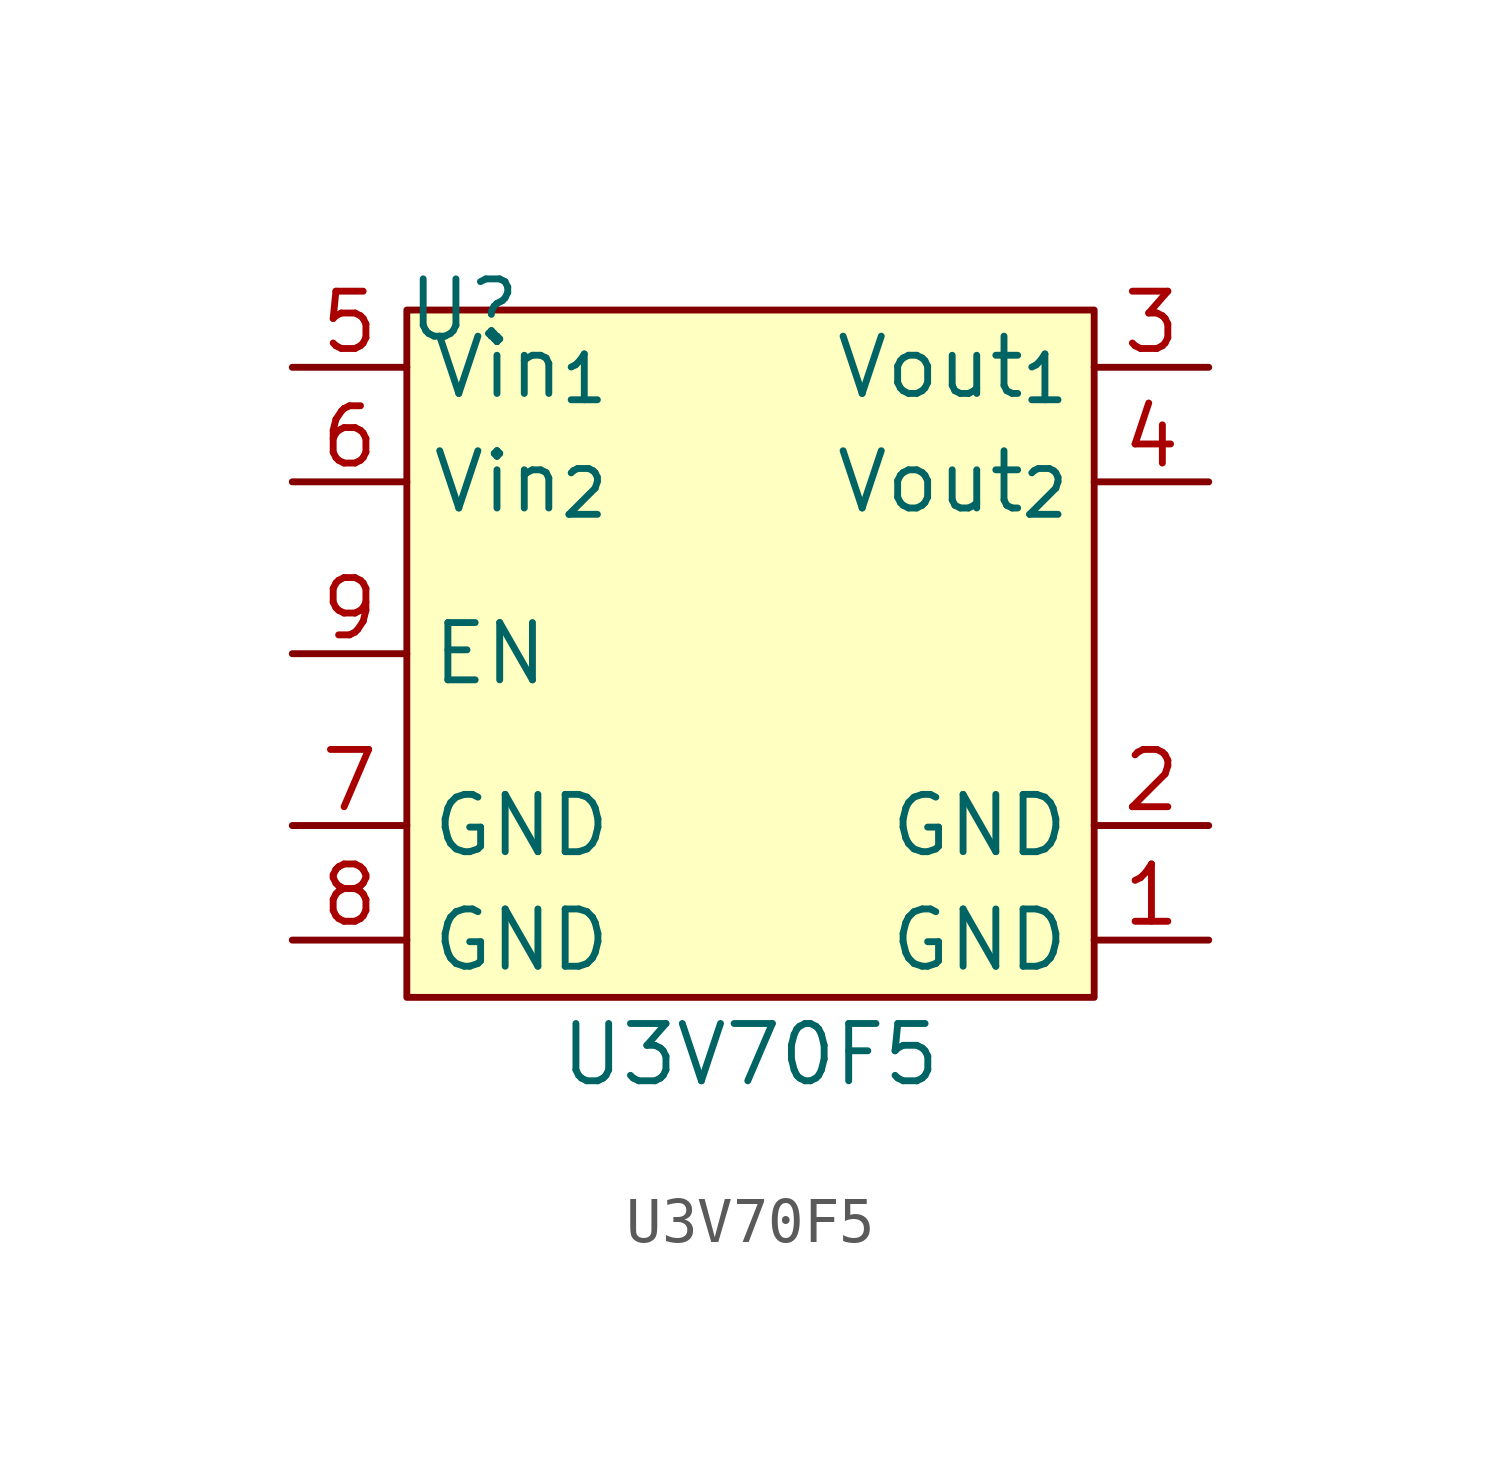
<source format=kicad_sym>
(kicad_symbol_lib
  (version 20211014)
  (generator kicad_symbol_editor)
  (symbol "U3V70F5"
    (property "Reference" "U"
      (at -6.35 7.62 0)
      (effects (font (size 1.27 1.27))))
    (property "Value" "U3V70F5"
      (at 0 -8.89 0)
      (effects (font (size 1.27 1.27))))
    (symbol "U3V70F5_0_1"
      (rectangle (start -7.62 7.62) (end 7.62 -7.62) (stroke (width 0.152) (type default) (color 0 0 0 0)) (fill (type background))))
    (symbol "U3V70F5_1_1"
      (pin input line (at 10.16 -6.35 180) (length 2.54) (name "GND" (effects (font (size 1.27 1.27)))) (number "1" (effects (font (size 1.27 1.27)))))
      (pin input line (at 10.16 -3.81 180) (length 2.54) (name "GND" (effects (font (size 1.27 1.27)))) (number "2" (effects (font (size 1.27 1.27)))))
      (pin input line (at 10.16 6.35 180) (length 2.54) (name "Vout_{1}" (effects (font (size 1.27 1.27)))) (number "3" (effects (font (size 1.27 1.27)))))
      (pin input line (at 10.16 3.81 180) (length 2.54) (name "Vout_{2}" (effects (font (size 1.27 1.27)))) (number "4" (effects (font (size 1.27 1.27)))))
      (pin input line (at -10.16 6.35 0) (length 2.54) (name "Vin_{1}" (effects (font (size 1.27 1.27)))) (number "5" (effects (font (size 1.27 1.27)))))
      (pin input line (at -10.16 3.81 0) (length 2.54) (name "Vin_{2}" (effects (font (size 1.27 1.27)))) (number "6" (effects (font (size 1.27 1.27)))))
      (pin input line (at -10.16 -3.81 0) (length 2.54) (name "GND" (effects (font (size 1.27 1.27)))) (number "7" (effects (font (size 1.27 1.27)))))
      (pin input line (at -10.16 -6.35 0) (length 2.54) (name "GND" (effects (font (size 1.27 1.27)))) (number "8" (effects (font (size 1.27 1.27)))))
      (pin input line (at -10.16 0 0) (length 2.54) (name "EN" (effects (font (size 1.27 1.27)))) (number "9" (effects (font (size 1.27 1.27))))))))
</source>
